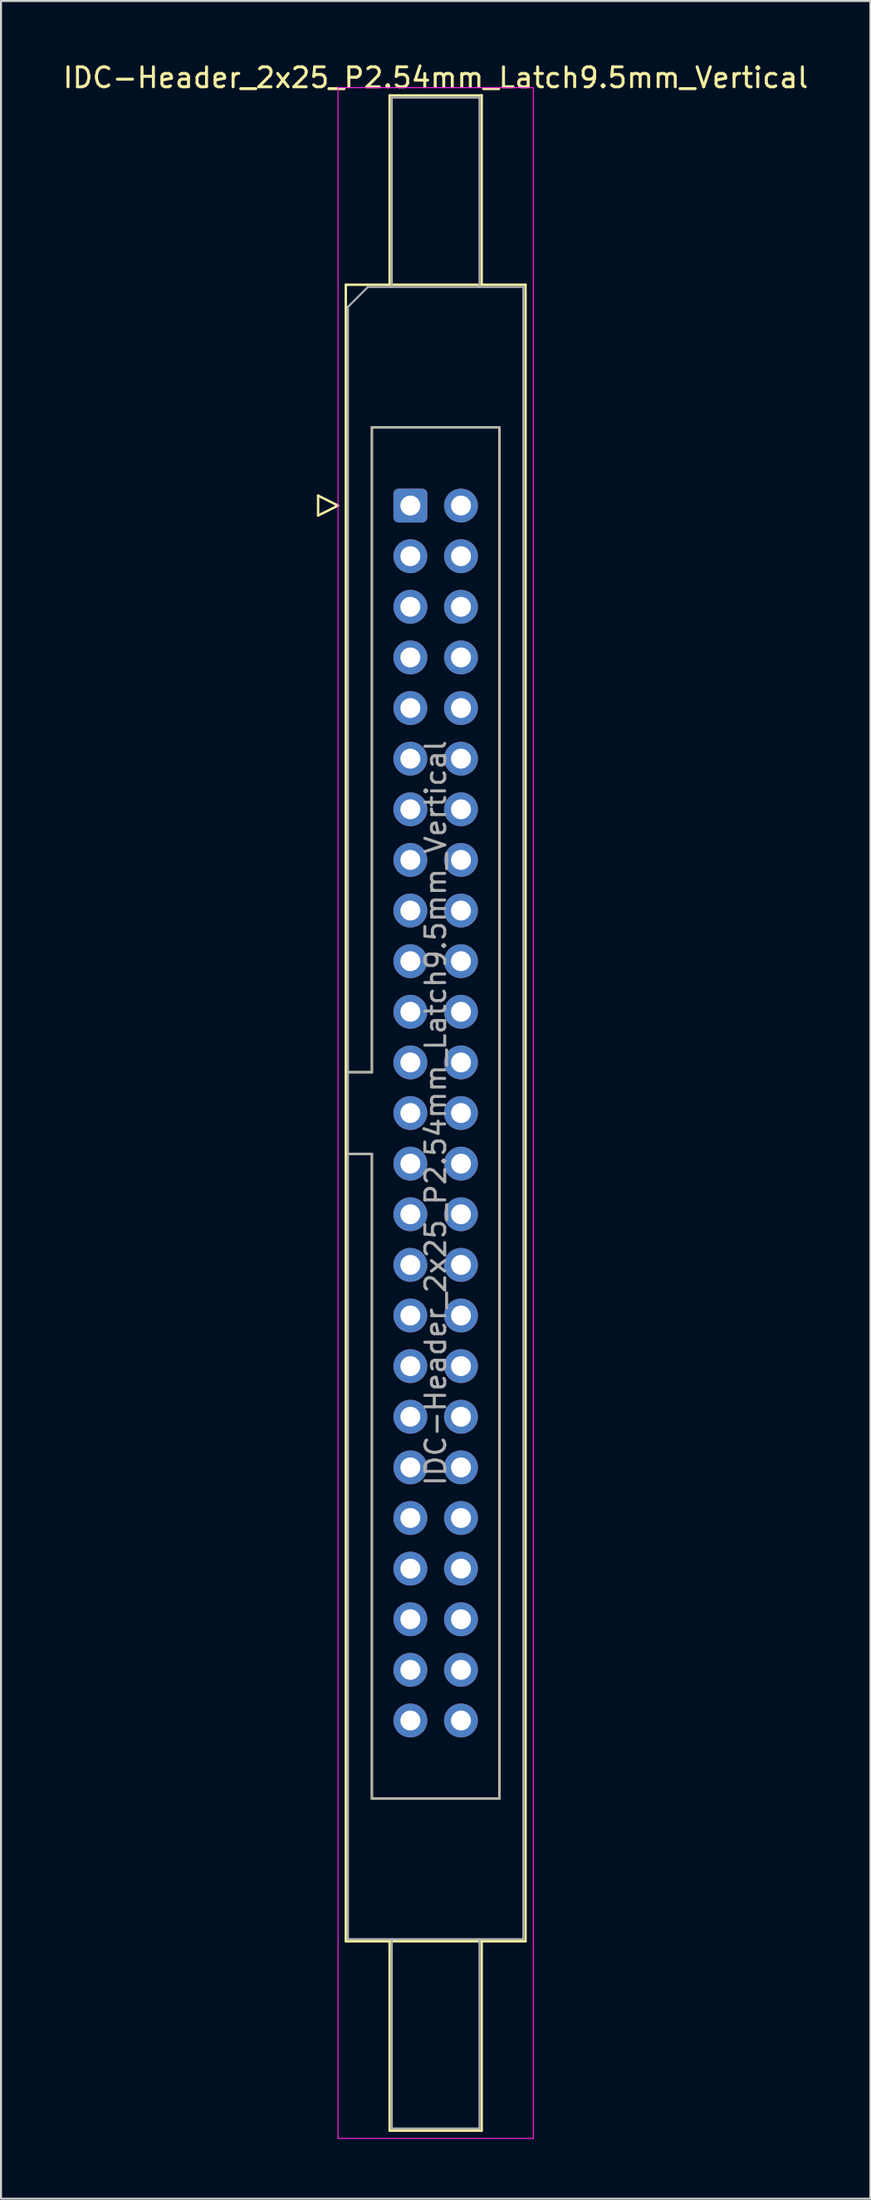
<source format=kicad_pcb>
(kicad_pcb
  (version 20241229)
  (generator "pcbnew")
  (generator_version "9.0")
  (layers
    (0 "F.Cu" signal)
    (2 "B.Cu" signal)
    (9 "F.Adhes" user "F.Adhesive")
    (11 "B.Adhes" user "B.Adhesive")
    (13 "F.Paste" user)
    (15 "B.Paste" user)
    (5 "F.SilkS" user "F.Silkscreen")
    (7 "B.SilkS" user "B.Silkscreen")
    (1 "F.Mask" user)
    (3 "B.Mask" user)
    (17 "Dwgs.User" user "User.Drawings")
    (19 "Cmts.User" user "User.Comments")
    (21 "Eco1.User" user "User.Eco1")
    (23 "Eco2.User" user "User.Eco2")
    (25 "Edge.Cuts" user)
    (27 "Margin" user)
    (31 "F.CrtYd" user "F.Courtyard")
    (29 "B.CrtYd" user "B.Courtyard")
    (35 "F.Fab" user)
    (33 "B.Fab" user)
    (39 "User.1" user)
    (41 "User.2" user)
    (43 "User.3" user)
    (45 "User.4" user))
  (footprint "IDC-Header_2x25_P2.54mm_Latch9.5mm_Vertical"
    (layer "F.Cu")
    (at 17.545 22.318)
    (property "Reference" "IDC-Header_2x25_P2.54mm_Latch9.5mm_Vertical" (at 1.27 -21.47 0) (layer "F.SilkS") (effects (font (size 1 1) (thickness 0.15))))
    (attr through_hole)
    (fp_line (start -4.63 -0.5) (end -4.63 0.5) (stroke (width 0.12) (type solid)) (layer "F.SilkS"))
    (fp_line (start -4.63 0.5) (end -3.63 0) (stroke (width 0.12) (type solid)) (layer "F.SilkS"))
    (fp_line (start -3.63 0) (end -4.63 -0.5) (stroke (width 0.12) (type solid)) (layer "F.SilkS"))
    (fp_line (start -3.24 -11.08) (end 5.78 -11.08) (stroke (width 0.12) (type solid)) (layer "F.SilkS"))
    (fp_line (start -3.24 28.43) (end -1.93 28.43) (stroke (width 0.12) (type solid)) (layer "F.SilkS"))
    (fp_line (start -3.24 72.04) (end -3.24 -11.08) (stroke (width 0.12) (type solid)) (layer "F.SilkS"))
    (fp_line (start -1.93 -3.92) (end 4.47 -3.92) (stroke (width 0.12) (type solid)) (layer "F.SilkS"))
    (fp_line (start -1.93 28.43) (end -1.93 -3.92) (stroke (width 0.12) (type solid)) (layer "F.SilkS"))
    (fp_line (start -1.93 32.53) (end -3.24 32.53) (stroke (width 0.12) (type solid)) (layer "F.SilkS"))
    (fp_line (start -1.93 64.88) (end -1.93 32.53) (stroke (width 0.12) (type solid)) (layer "F.SilkS"))
    (fp_line (start -1.04 -20.58) (end 3.58 -20.58) (stroke (width 0.12) (type solid)) (layer "F.SilkS"))
    (fp_line (start -1.04 -11.08) (end -1.04 -20.58) (stroke (width 0.12) (type solid)) (layer "F.SilkS"))
    (fp_line (start -1.04 72.04) (end -1.04 81.54) (stroke (width 0.12) (type solid)) (layer "F.SilkS"))
    (fp_line (start -1.04 81.54) (end 3.58 81.54) (stroke (width 0.12) (type solid)) (layer "F.SilkS"))
    (fp_line (start 3.58 -20.58) (end 3.58 -11.08) (stroke (width 0.12) (type solid)) (layer "F.SilkS"))
    (fp_line (start 3.58 81.54) (end 3.58 72.04) (stroke (width 0.12) (type solid)) (layer "F.SilkS"))
    (fp_line (start 4.47 -3.92) (end 4.47 64.88) (stroke (width 0.12) (type solid)) (layer "F.SilkS"))
    (fp_line (start 4.47 64.88) (end -1.93 64.88) (stroke (width 0.12) (type solid)) (layer "F.SilkS"))
    (fp_line (start 5.78 -11.08) (end 5.78 72.04) (stroke (width 0.12) (type solid)) (layer "F.SilkS"))
    (fp_line (start 5.78 72.04) (end -3.24 72.04) (stroke (width 0.12) (type solid)) (layer "F.SilkS"))
    (fp_line (start -3.63 -20.97) (end -3.63 81.93) (stroke (width 0.05) (type solid)) (layer "F.CrtYd"))
    (fp_line (start -3.63 81.93) (end 6.17 81.93) (stroke (width 0.05) (type solid)) (layer "F.CrtYd"))
    (fp_line (start 6.17 -20.97) (end -3.63 -20.97) (stroke (width 0.05) (type solid)) (layer "F.CrtYd"))
    (fp_line (start 6.17 81.93) (end 6.17 -20.97) (stroke (width 0.05) (type solid)) (layer "F.CrtYd"))
    (fp_line (start -3.13 -9.97) (end -2.13 -10.97) (stroke (width 0.1) (type solid)) (layer "F.Fab"))
    (fp_line (start -3.13 28.43) (end -1.93 28.43) (stroke (width 0.1) (type solid)) (layer "F.Fab"))
    (fp_line (start -3.13 71.93) (end -3.13 -9.97) (stroke (width 0.1) (type solid)) (layer "F.Fab"))
    (fp_line (start -2.13 -10.97) (end 5.67 -10.97) (stroke (width 0.1) (type solid)) (layer "F.Fab"))
    (fp_line (start -1.93 -3.92) (end 4.47 -3.92) (stroke (width 0.1) (type solid)) (layer "F.Fab"))
    (fp_line (start -1.93 28.43) (end -1.93 -3.92) (stroke (width 0.1) (type solid)) (layer "F.Fab"))
    (fp_line (start -1.93 32.53) (end -3.13 32.53) (stroke (width 0.1) (type solid)) (layer "F.Fab"))
    (fp_line (start -1.93 64.88) (end -1.93 32.53) (stroke (width 0.1) (type solid)) (layer "F.Fab"))
    (fp_line (start -0.93 -20.47) (end 3.47 -20.47) (stroke (width 0.1) (type solid)) (layer "F.Fab"))
    (fp_line (start -0.93 -10.97) (end -0.93 -20.47) (stroke (width 0.1) (type solid)) (layer "F.Fab"))
    (fp_line (start -0.93 71.93) (end -0.93 81.43) (stroke (width 0.1) (type solid)) (layer "F.Fab"))
    (fp_line (start -0.93 81.43) (end 3.47 81.43) (stroke (width 0.1) (type solid)) (layer "F.Fab"))
    (fp_line (start 3.47 -20.47) (end 3.47 -10.97) (stroke (width 0.1) (type solid)) (layer "F.Fab"))
    (fp_line (start 3.47 81.43) (end 3.47 71.93) (stroke (width 0.1) (type solid)) (layer "F.Fab"))
    (fp_line (start 4.47 -3.92) (end 4.47 64.88) (stroke (width 0.1) (type solid)) (layer "F.Fab"))
    (fp_line (start 4.47 64.88) (end -1.93 64.88) (stroke (width 0.1) (type solid)) (layer "F.Fab"))
    (fp_line (start 5.67 -10.97) (end 5.67 71.93) (stroke (width 0.1) (type solid)) (layer "F.Fab"))
    (fp_line (start 5.67 71.93) (end -3.13 71.93) (stroke (width 0.1) (type solid)) (layer "F.Fab"))
    (fp_text user "${REFERENCE}" (at 1.27 30.48 90) (layer "F.Fab") (effects (font (size 1 1) (thickness 0.15))))
    (pad "1" thru_hole roundrect (at 0 0) (size 1.7 1.7) (drill 1) (layers "*.Cu" "*.Mask") (roundrect_rratio 0.147))
    (pad "2" thru_hole circle (at 2.54 0) (size 1.7 1.7) (drill 1) (layers "*.Cu" "*.Mask"))
    (pad "3" thru_hole circle (at 0 2.54) (size 1.7 1.7) (drill 1) (layers "*.Cu" "*.Mask"))
    (pad "4" thru_hole circle (at 2.54 2.54) (size 1.7 1.7) (drill 1) (layers "*.Cu" "*.Mask"))
    (pad "5" thru_hole circle (at 0 5.08) (size 1.7 1.7) (drill 1) (layers "*.Cu" "*.Mask"))
    (pad "6" thru_hole circle (at 2.54 5.08) (size 1.7 1.7) (drill 1) (layers "*.Cu" "*.Mask"))
    (pad "7" thru_hole circle (at 0 7.62) (size 1.7 1.7) (drill 1) (layers "*.Cu" "*.Mask"))
    (pad "8" thru_hole circle (at 2.54 7.62) (size 1.7 1.7) (drill 1) (layers "*.Cu" "*.Mask"))
    (pad "9" thru_hole circle (at 0 10.16) (size 1.7 1.7) (drill 1) (layers "*.Cu" "*.Mask"))
    (pad "10" thru_hole circle (at 2.54 10.16) (size 1.7 1.7) (drill 1) (layers "*.Cu" "*.Mask"))
    (pad "11" thru_hole circle (at 0 12.7) (size 1.7 1.7) (drill 1) (layers "*.Cu" "*.Mask"))
    (pad "12" thru_hole circle (at 2.54 12.7) (size 1.7 1.7) (drill 1) (layers "*.Cu" "*.Mask"))
    (pad "13" thru_hole circle (at 0 15.24) (size 1.7 1.7) (drill 1) (layers "*.Cu" "*.Mask"))
    (pad "14" thru_hole circle (at 2.54 15.24) (size 1.7 1.7) (drill 1) (layers "*.Cu" "*.Mask"))
    (pad "15" thru_hole circle (at 0 17.78) (size 1.7 1.7) (drill 1) (layers "*.Cu" "*.Mask"))
    (pad "16" thru_hole circle (at 2.54 17.78) (size 1.7 1.7) (drill 1) (layers "*.Cu" "*.Mask"))
    (pad "17" thru_hole circle (at 0 20.32) (size 1.7 1.7) (drill 1) (layers "*.Cu" "*.Mask"))
    (pad "18" thru_hole circle (at 2.54 20.32) (size 1.7 1.7) (drill 1) (layers "*.Cu" "*.Mask"))
    (pad "19" thru_hole circle (at 0 22.86) (size 1.7 1.7) (drill 1) (layers "*.Cu" "*.Mask"))
    (pad "20" thru_hole circle (at 2.54 22.86) (size 1.7 1.7) (drill 1) (layers "*.Cu" "*.Mask"))
    (pad "21" thru_hole circle (at 0 25.4) (size 1.7 1.7) (drill 1) (layers "*.Cu" "*.Mask"))
    (pad "22" thru_hole circle (at 2.54 25.4) (size 1.7 1.7) (drill 1) (layers "*.Cu" "*.Mask"))
    (pad "23" thru_hole circle (at 0 27.94) (size 1.7 1.7) (drill 1) (layers "*.Cu" "*.Mask"))
    (pad "24" thru_hole circle (at 2.54 27.94) (size 1.7 1.7) (drill 1) (layers "*.Cu" "*.Mask"))
    (pad "25" thru_hole circle (at 0 30.48) (size 1.7 1.7) (drill 1) (layers "*.Cu" "*.Mask"))
    (pad "26" thru_hole circle (at 2.54 30.48) (size 1.7 1.7) (drill 1) (layers "*.Cu" "*.Mask"))
    (pad "27" thru_hole circle (at 0 33.02) (size 1.7 1.7) (drill 1) (layers "*.Cu" "*.Mask"))
    (pad "28" thru_hole circle (at 2.54 33.02) (size 1.7 1.7) (drill 1) (layers "*.Cu" "*.Mask"))
    (pad "29" thru_hole circle (at 0 35.56) (size 1.7 1.7) (drill 1) (layers "*.Cu" "*.Mask"))
    (pad "30" thru_hole circle (at 2.54 35.56) (size 1.7 1.7) (drill 1) (layers "*.Cu" "*.Mask"))
    (pad "31" thru_hole circle (at 0 38.1) (size 1.7 1.7) (drill 1) (layers "*.Cu" "*.Mask"))
    (pad "32" thru_hole circle (at 2.54 38.1) (size 1.7 1.7) (drill 1) (layers "*.Cu" "*.Mask"))
    (pad "33" thru_hole circle (at 0 40.64) (size 1.7 1.7) (drill 1) (layers "*.Cu" "*.Mask"))
    (pad "34" thru_hole circle (at 2.54 40.64) (size 1.7 1.7) (drill 1) (layers "*.Cu" "*.Mask"))
    (pad "35" thru_hole circle (at 0 43.18) (size 1.7 1.7) (drill 1) (layers "*.Cu" "*.Mask"))
    (pad "36" thru_hole circle (at 2.54 43.18) (size 1.7 1.7) (drill 1) (layers "*.Cu" "*.Mask"))
    (pad "37" thru_hole circle (at 0 45.72) (size 1.7 1.7) (drill 1) (layers "*.Cu" "*.Mask"))
    (pad "38" thru_hole circle (at 2.54 45.72) (size 1.7 1.7) (drill 1) (layers "*.Cu" "*.Mask"))
    (pad "39" thru_hole circle (at 0 48.26) (size 1.7 1.7) (drill 1) (layers "*.Cu" "*.Mask"))
    (pad "40" thru_hole circle (at 2.54 48.26) (size 1.7 1.7) (drill 1) (layers "*.Cu" "*.Mask"))
    (pad "41" thru_hole circle (at 0 50.8) (size 1.7 1.7) (drill 1) (layers "*.Cu" "*.Mask"))
    (pad "42" thru_hole circle (at 2.54 50.8) (size 1.7 1.7) (drill 1) (layers "*.Cu" "*.Mask"))
    (pad "43" thru_hole circle (at 0 53.34) (size 1.7 1.7) (drill 1) (layers "*.Cu" "*.Mask"))
    (pad "44" thru_hole circle (at 2.54 53.34) (size 1.7 1.7) (drill 1) (layers "*.Cu" "*.Mask"))
    (pad "45" thru_hole circle (at 0 55.88) (size 1.7 1.7) (drill 1) (layers "*.Cu" "*.Mask"))
    (pad "46" thru_hole circle (at 2.54 55.88) (size 1.7 1.7) (drill 1) (layers "*.Cu" "*.Mask"))
    (pad "47" thru_hole circle (at 0 58.42) (size 1.7 1.7) (drill 1) (layers "*.Cu" "*.Mask"))
    (pad "48" thru_hole circle (at 2.54 58.42) (size 1.7 1.7) (drill 1) (layers "*.Cu" "*.Mask"))
    (pad "49" thru_hole circle (at 0 60.96) (size 1.7 1.7) (drill 1) (layers "*.Cu" "*.Mask"))
    (pad "50" thru_hole circle (at 2.54 60.96) (size 1.7 1.7) (drill 1) (layers "*.Cu" "*.Mask")))
  (gr_rect
    (start -3 -3)
    (end 40.631 107.273)
    (stroke (width 0.1) (type default))
    (fill no)
    (layer "Edge.Cuts")))
</source>
